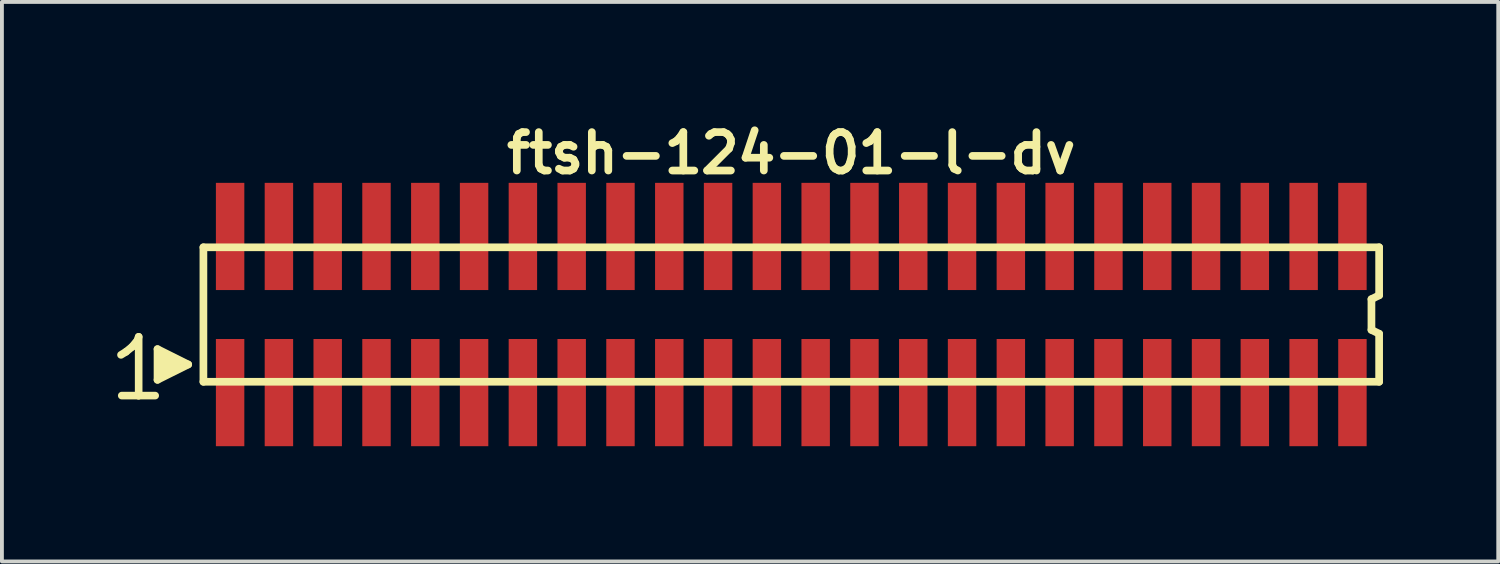
<source format=kicad_pcb>
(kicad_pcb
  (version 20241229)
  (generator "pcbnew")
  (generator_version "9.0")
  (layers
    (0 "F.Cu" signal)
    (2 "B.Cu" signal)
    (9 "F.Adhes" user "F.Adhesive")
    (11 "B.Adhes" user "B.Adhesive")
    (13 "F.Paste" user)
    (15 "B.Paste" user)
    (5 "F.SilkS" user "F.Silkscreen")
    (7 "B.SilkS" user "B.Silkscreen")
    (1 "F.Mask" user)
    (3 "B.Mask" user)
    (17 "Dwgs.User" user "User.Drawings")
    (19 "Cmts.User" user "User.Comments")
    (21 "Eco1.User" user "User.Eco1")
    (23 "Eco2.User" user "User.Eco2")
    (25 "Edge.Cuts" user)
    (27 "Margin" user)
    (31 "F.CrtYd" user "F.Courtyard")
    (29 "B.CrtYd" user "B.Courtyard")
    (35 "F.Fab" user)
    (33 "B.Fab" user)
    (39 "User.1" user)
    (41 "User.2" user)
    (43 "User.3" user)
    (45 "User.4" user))
  (footprint "ftsh-124-01-l-dv"
    (layer "F.Cu")
    (at 17.544 5.136)
    (property "Reference" "ftsh-124-01-l-dv" (at 0 -4.2 0) (layer "F.SilkS") (effects (font (size 1 1) (thickness 0.2))))
    (attr through_hole)
    (fp_line (start -17.445 1.05) (end -17.315 0.97) (stroke (width 0.198) (type solid)) (layer "F.SilkS"))
    (fp_line (start -17.315 0.97) (end -17.155 0.84) (stroke (width 0.198) (type solid)) (layer "F.SilkS"))
    (fp_line (start -17.155 0.84) (end -17.015 0.67) (stroke (width 0.198) (type solid)) (layer "F.SilkS"))
    (fp_line (start -17.015 0.67) (end -16.985 0.58) (stroke (width 0.198) (type solid)) (layer "F.SilkS"))
    (fp_line (start -16.985 0.58) (end -16.985 2.11) (stroke (width 0.198) (type solid)) (layer "F.SilkS"))
    (fp_line (start -16.985 2.11) (end -17.425 2.11) (stroke (width 0.198) (type solid)) (layer "F.SilkS"))
    (fp_line (start -16.555 2.11) (end -16.995 2.11) (stroke (width 0.198) (type solid)) (layer "F.SilkS"))
    (fp_line (start -16.495 0.9) (end -15.695 1.3) (stroke (width 0.198) (type solid)) (layer "F.SilkS"))
    (fp_line (start -16.495 1.7) (end -16.495 0.9) (stroke (width 0.198) (type solid)) (layer "F.SilkS"))
    (fp_line (start -16.395 1.6) (end -16.395 1) (stroke (width 0.198) (type solid)) (layer "F.SilkS"))
    (fp_line (start -16.295 1.1) (end -16.295 1.5) (stroke (width 0.198) (type solid)) (layer "F.SilkS"))
    (fp_line (start -16.195 1.5) (end -16.195 1.1) (stroke (width 0.198) (type solid)) (layer "F.SilkS"))
    (fp_line (start -16.095 1.2) (end -16.095 1.4) (stroke (width 0.198) (type solid)) (layer "F.SilkS"))
    (fp_line (start -15.995 1.4) (end -15.995 1.2) (stroke (width 0.198) (type solid)) (layer "F.SilkS"))
    (fp_line (start -15.695 1.3) (end -16.495 1.7) (stroke (width 0.198) (type solid)) (layer "F.SilkS"))
    (fp_line (start -15.3 -1.75) (end -15.3 1.75) (stroke (width 0.2) (type solid)) (layer "F.SilkS"))
    (fp_line (start -15.3 -1.75) (end 15.3 -1.75) (stroke (width 0.2) (type solid)) (layer "F.SilkS"))
    (fp_line (start -15.3 1.75) (end 15.3 1.75) (stroke (width 0.2) (type solid)) (layer "F.SilkS"))
    (fp_line (start 15.1 -0.4) (end 15.1 0.4) (stroke (width 0.2) (type solid)) (layer "F.SilkS"))
    (fp_line (start 15.1 0.4) (end 15.3 0.5) (stroke (width 0.2) (type solid)) (layer "F.SilkS"))
    (fp_line (start 15.3 -0.5) (end 15.1 -0.4) (stroke (width 0.2) (type solid)) (layer "F.SilkS"))
    (fp_line (start 15.3 -0.5) (end 15.3 -1.75) (stroke (width 0.2) (type solid)) (layer "F.SilkS"))
    (fp_line (start 15.3 0.5) (end 15.3 1.75) (stroke (width 0.2) (type solid)) (layer "F.SilkS"))
    (pad "1" smd rect (at -14.605 2.032) (size 0.74 2.79) (layers "F.Cu" "F.Mask" "F.Paste"))
    (pad "2" smd rect (at -14.605 -2.032) (size 0.74 2.79) (layers "F.Cu" "F.Mask" "F.Paste"))
    (pad "3" smd rect (at -13.335 2.032) (size 0.74 2.79) (layers "F.Cu" "F.Mask" "F.Paste"))
    (pad "4" smd rect (at -13.335 -2.032) (size 0.74 2.79) (layers "F.Cu" "F.Mask" "F.Paste"))
    (pad "5" smd rect (at -12.065 2.032) (size 0.74 2.79) (layers "F.Cu" "F.Mask" "F.Paste"))
    (pad "6" smd rect (at -12.065 -2.032) (size 0.74 2.79) (layers "F.Cu" "F.Mask" "F.Paste"))
    (pad "7" smd rect (at -10.795 2.032) (size 0.74 2.79) (layers "F.Cu" "F.Mask" "F.Paste"))
    (pad "8" smd rect (at -10.795 -2.032) (size 0.74 2.79) (layers "F.Cu" "F.Mask" "F.Paste"))
    (pad "9" smd rect (at -9.525 2.032) (size 0.74 2.79) (layers "F.Cu" "F.Mask" "F.Paste"))
    (pad "10" smd rect (at -9.525 -2.032) (size 0.74 2.79) (layers "F.Cu" "F.Mask" "F.Paste"))
    (pad "11" smd rect (at -8.255 2.032) (size 0.74 2.79) (layers "F.Cu" "F.Mask" "F.Paste"))
    (pad "12" smd rect (at -8.255 -2.032) (size 0.74 2.79) (layers "F.Cu" "F.Mask" "F.Paste"))
    (pad "13" smd rect (at -6.985 2.032) (size 0.74 2.79) (layers "F.Cu" "F.Mask" "F.Paste"))
    (pad "14" smd rect (at -6.985 -2.032) (size 0.74 2.79) (layers "F.Cu" "F.Mask" "F.Paste"))
    (pad "15" smd rect (at -5.715 2.032) (size 0.74 2.79) (layers "F.Cu" "F.Mask" "F.Paste"))
    (pad "16" smd rect (at -5.715 -2.032) (size 0.74 2.79) (layers "F.Cu" "F.Mask" "F.Paste"))
    (pad "17" smd rect (at -4.445 2.032) (size 0.74 2.79) (layers "F.Cu" "F.Mask" "F.Paste"))
    (pad "18" smd rect (at -4.445 -2.032) (size 0.74 2.79) (layers "F.Cu" "F.Mask" "F.Paste"))
    (pad "19" smd rect (at -3.175 2.032) (size 0.74 2.79) (layers "F.Cu" "F.Mask" "F.Paste"))
    (pad "20" smd rect (at -3.175 -2.032) (size 0.74 2.79) (layers "F.Cu" "F.Mask" "F.Paste"))
    (pad "21" smd rect (at -1.905 2.032) (size 0.74 2.79) (layers "F.Cu" "F.Mask" "F.Paste"))
    (pad "22" smd rect (at -1.905 -2.032) (size 0.74 2.79) (layers "F.Cu" "F.Mask" "F.Paste"))
    (pad "23" smd rect (at -0.635 2.032) (size 0.74 2.79) (layers "F.Cu" "F.Mask" "F.Paste"))
    (pad "24" smd rect (at -0.635 -2.032) (size 0.74 2.79) (layers "F.Cu" "F.Mask" "F.Paste"))
    (pad "25" smd rect (at 0.635 2.032) (size 0.74 2.79) (layers "F.Cu" "F.Mask" "F.Paste"))
    (pad "26" smd rect (at 0.635 -2.032) (size 0.74 2.79) (layers "F.Cu" "F.Mask" "F.Paste"))
    (pad "27" smd rect (at 1.905 2.032) (size 0.74 2.79) (layers "F.Cu" "F.Mask" "F.Paste"))
    (pad "28" smd rect (at 1.905 -2.032) (size 0.74 2.79) (layers "F.Cu" "F.Mask" "F.Paste"))
    (pad "29" smd rect (at 3.175 2.032) (size 0.74 2.79) (layers "F.Cu" "F.Mask" "F.Paste"))
    (pad "30" smd rect (at 3.175 -2.032) (size 0.74 2.79) (layers "F.Cu" "F.Mask" "F.Paste"))
    (pad "31" smd rect (at 4.445 2.032) (size 0.74 2.79) (layers "F.Cu" "F.Mask" "F.Paste"))
    (pad "32" smd rect (at 4.445 -2.032) (size 0.74 2.79) (layers "F.Cu" "F.Mask" "F.Paste"))
    (pad "33" smd rect (at 5.715 2.032) (size 0.74 2.79) (layers "F.Cu" "F.Mask" "F.Paste"))
    (pad "34" smd rect (at 5.715 -2.032) (size 0.74 2.79) (layers "F.Cu" "F.Mask" "F.Paste"))
    (pad "35" smd rect (at 6.985 2.032) (size 0.74 2.79) (layers "F.Cu" "F.Mask" "F.Paste"))
    (pad "36" smd rect (at 6.985 -2.032) (size 0.74 2.79) (layers "F.Cu" "F.Mask" "F.Paste"))
    (pad "37" smd rect (at 8.255 2.032) (size 0.74 2.79) (layers "F.Cu" "F.Mask" "F.Paste"))
    (pad "38" smd rect (at 8.255 -2.032) (size 0.74 2.79) (layers "F.Cu" "F.Mask" "F.Paste"))
    (pad "39" smd rect (at 9.525 2.032) (size 0.74 2.79) (layers "F.Cu" "F.Mask" "F.Paste"))
    (pad "40" smd rect (at 9.525 -2.032) (size 0.74 2.79) (layers "F.Cu" "F.Mask" "F.Paste"))
    (pad "41" smd rect (at 10.795 2.032) (size 0.74 2.79) (layers "F.Cu" "F.Mask" "F.Paste"))
    (pad "42" smd rect (at 10.795 -2.032) (size 0.74 2.79) (layers "F.Cu" "F.Mask" "F.Paste"))
    (pad "43" smd rect (at 12.065 2.032) (size 0.74 2.79) (layers "F.Cu" "F.Mask" "F.Paste"))
    (pad "44" smd rect (at 12.065 -2.032) (size 0.74 2.79) (layers "F.Cu" "F.Mask" "F.Paste"))
    (pad "45" smd rect (at 13.335 2.032) (size 0.74 2.79) (layers "F.Cu" "F.Mask" "F.Paste"))
    (pad "46" smd rect (at 13.335 -2.032) (size 0.74 2.79) (layers "F.Cu" "F.Mask" "F.Paste"))
    (pad "47" smd rect (at 14.605 2.032) (size 0.74 2.79) (layers "F.Cu" "F.Mask" "F.Paste"))
    (pad "48" smd rect (at 14.605 -2.032) (size 0.74 2.79) (layers "F.Cu" "F.Mask" "F.Paste")))
  (gr_rect
    (start -3 -3)
    (end 35.944 11.563)
    (stroke (width 0.1) (type default))
    (fill no)
    (layer "Edge.Cuts")))
</source>
